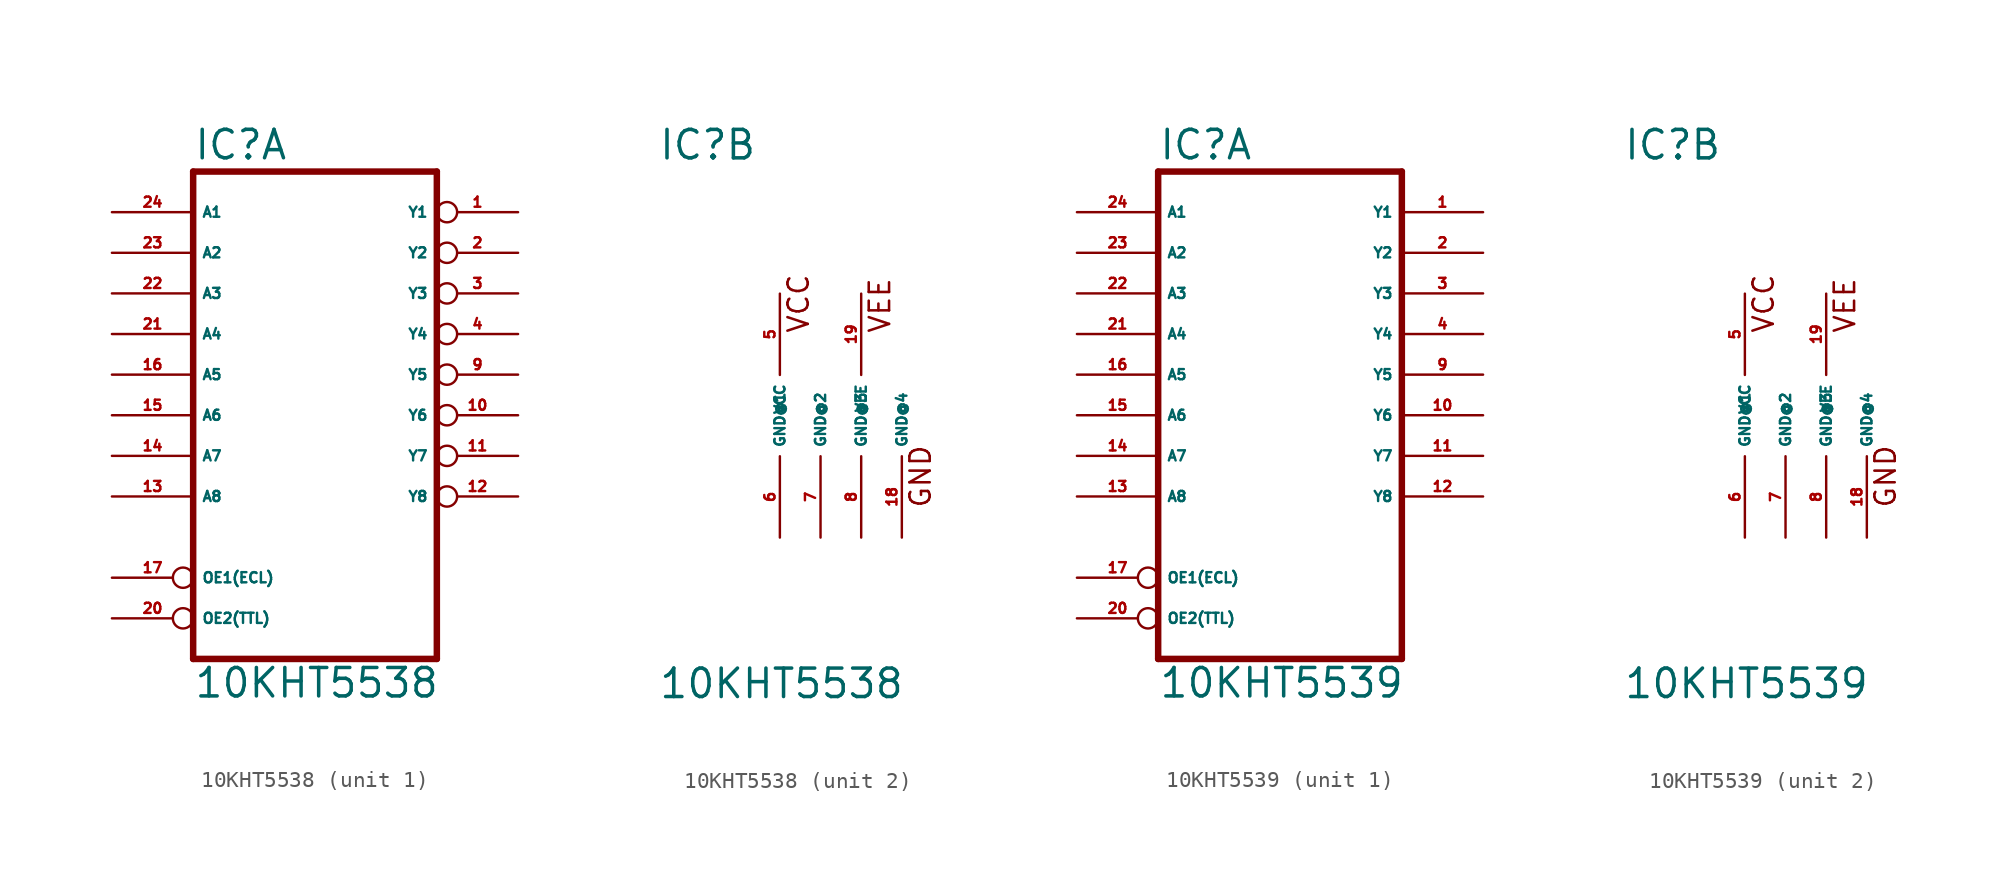
<source format=kicad_sym>
(kicad_symbol_lib
  (version 20220914)
  (generator Eagle2Kicad)
  (symbol "10KHT5538"
    (property "Reference" "IC"
      (at -10.16 15.875 0)
      (effects (font (size 1.778 1.778) (thickness 0.22)) (justify left bottom)))
    (property "Value" "10KHT5538"
      (at -10.16 -17.78 0)
      (effects (font (size 1.778 1.778) (thickness 0.22)) (justify left bottom)))
    (symbol "10KHT5538_1_0"
      (polyline (pts (xy -10.16 -15.24) (xy 5.08 -15.24)) (stroke (width 0.406) (type default)) (fill (type none)))
      (polyline (pts (xy -10.16 15.24) (xy 5.08 15.24)) (stroke (width 0.406) (type default)) (fill (type none)))
      (polyline (pts (xy 5.08 15.24) (xy 5.08 -15.24)) (stroke (width 0.406) (type default)) (fill (type none)))
      (polyline (pts (xy -10.16 15.24) (xy -10.16 -15.24)) (stroke (width 0.406) (type default)) (fill (type none)))
      (pin input inverted (at -15.24 -10.16 0) (length 5.08) (name "OE1(ECL)" (effects (font (size 0.635 0.635) (thickness 0.08)) (justify left bottom))) (number "17" (effects (font (size 0.635 0.635) (thickness 0.08)) (justify left bottom))))
      (pin input inverted (at -15.24 -12.7 0) (length 5.08) (name "OE2(TTL)" (effects (font (size 0.635 0.635) (thickness 0.08)) (justify left bottom))) (number "20" (effects (font (size 0.635 0.635) (thickness 0.08)) (justify left bottom))))
      (pin input line (at -15.24 12.7 0) (length 5.08) (name "A1" (effects (font (size 0.635 0.635) (thickness 0.08)) (justify left bottom))) (number "24" (effects (font (size 0.635 0.635) (thickness 0.08)) (justify left bottom))))
      (pin input line (at -15.24 10.16 0) (length 5.08) (name "A2" (effects (font (size 0.635 0.635) (thickness 0.08)) (justify left bottom))) (number "23" (effects (font (size 0.635 0.635) (thickness 0.08)) (justify left bottom))))
      (pin input line (at -15.24 7.62 0) (length 5.08) (name "A3" (effects (font (size 0.635 0.635) (thickness 0.08)) (justify left bottom))) (number "22" (effects (font (size 0.635 0.635) (thickness 0.08)) (justify left bottom))))
      (pin input line (at -15.24 5.08 0) (length 5.08) (name "A4" (effects (font (size 0.635 0.635) (thickness 0.08)) (justify left bottom))) (number "21" (effects (font (size 0.635 0.635) (thickness 0.08)) (justify left bottom))))
      (pin input line (at -15.24 2.54 0) (length 5.08) (name "A5" (effects (font (size 0.635 0.635) (thickness 0.08)) (justify left bottom))) (number "16" (effects (font (size 0.635 0.635) (thickness 0.08)) (justify left bottom))))
      (pin input line (at -15.24 0 0) (length 5.08) (name "A6" (effects (font (size 0.635 0.635) (thickness 0.08)) (justify left bottom))) (number "15" (effects (font (size 0.635 0.635) (thickness 0.08)) (justify left bottom))))
      (pin input line (at -15.24 -2.54 0) (length 5.08) (name "A7" (effects (font (size 0.635 0.635) (thickness 0.08)) (justify left bottom))) (number "14" (effects (font (size 0.635 0.635) (thickness 0.08)) (justify left bottom))))
      (pin input line (at -15.24 -5.08 0) (length 5.08) (name "A8" (effects (font (size 0.635 0.635) (thickness 0.08)) (justify left bottom))) (number "13" (effects (font (size 0.635 0.635) (thickness 0.08)) (justify left bottom))))
      (pin open_collector inverted (at 10.16 12.7 180) (length 5.08) (name "Y1" (effects (font (size 0.635 0.635) (thickness 0.08)) (justify left bottom))) (number "1" (effects (font (size 0.635 0.635) (thickness 0.08)) (justify left bottom))))
      (pin open_collector inverted (at 10.16 10.16 180) (length 5.08) (name "Y2" (effects (font (size 0.635 0.635) (thickness 0.08)) (justify left bottom))) (number "2" (effects (font (size 0.635 0.635) (thickness 0.08)) (justify left bottom))))
      (pin open_collector inverted (at 10.16 7.62 180) (length 5.08) (name "Y3" (effects (font (size 0.635 0.635) (thickness 0.08)) (justify left bottom))) (number "3" (effects (font (size 0.635 0.635) (thickness 0.08)) (justify left bottom))))
      (pin open_collector inverted (at 10.16 5.08 180) (length 5.08) (name "Y4" (effects (font (size 0.635 0.635) (thickness 0.08)) (justify left bottom))) (number "4" (effects (font (size 0.635 0.635) (thickness 0.08)) (justify left bottom))))
      (pin open_collector inverted (at 10.16 2.54 180) (length 5.08) (name "Y5" (effects (font (size 0.635 0.635) (thickness 0.08)) (justify left bottom))) (number "9" (effects (font (size 0.635 0.635) (thickness 0.08)) (justify left bottom))))
      (pin open_collector inverted (at 10.16 0 180) (length 5.08) (name "Y6" (effects (font (size 0.635 0.635) (thickness 0.08)) (justify left bottom))) (number "10" (effects (font (size 0.635 0.635) (thickness 0.08)) (justify left bottom))))
      (pin open_collector inverted (at 10.16 -2.54 180) (length 5.08) (name "Y7" (effects (font (size 0.635 0.635) (thickness 0.08)) (justify left bottom))) (number "11" (effects (font (size 0.635 0.635) (thickness 0.08)) (justify left bottom))))
      (pin open_collector inverted (at 10.16 -5.08 180) (length 5.08) (name "Y8" (effects (font (size 0.635 0.635) (thickness 0.08)) (justify left bottom))) (number "12" (effects (font (size 0.635 0.635) (thickness 0.08)) (justify left bottom)))))
    (symbol "10KHT5538_2_0"
      (text "VCC" (at -0.635 5.08 900) (effects (font (size 1.27 1.27) (thickness 0.16)) (justify left bottom)))
      (text "GND" (at 6.985 -5.842 900) (effects (font (size 1.27 1.27) (thickness 0.16)) (justify left bottom)))
      (text "VEE" (at 4.445 5.08 900) (effects (font (size 1.27 1.27) (thickness 0.16)) (justify left bottom)))
      (pin unspecified line (at -2.54 -7.62 90) (length 5.08) (name "GND@1" (effects (font (size 0.635 0.635) (thickness 0.08)) (justify left bottom))) (number "6" (effects (font (size 0.635 0.635) (thickness 0.08)) (justify left bottom))))
      (pin unspecified line (at 0 -7.62 90) (length 5.08) (name "GND@2" (effects (font (size 0.635 0.635) (thickness 0.08)) (justify left bottom))) (number "7" (effects (font (size 0.635 0.635) (thickness 0.08)) (justify left bottom))))
      (pin unspecified line (at 2.54 -7.62 90) (length 5.08) (name "GND@3" (effects (font (size 0.635 0.635) (thickness 0.08)) (justify left bottom))) (number "8" (effects (font (size 0.635 0.635) (thickness 0.08)) (justify left bottom))))
      (pin unspecified line (at 5.08 -7.62 90) (length 5.08) (name "GND@4" (effects (font (size 0.635 0.635) (thickness 0.08)) (justify left bottom))) (number "18" (effects (font (size 0.635 0.635) (thickness 0.08)) (justify left bottom))))
      (pin unspecified line (at -2.54 7.62 270) (length 5.08) (name "VCC" (effects (font (size 0.635 0.635) (thickness 0.08)) (justify left bottom))) (number "5" (effects (font (size 0.635 0.635) (thickness 0.08)) (justify left bottom))))
      (pin unspecified line (at 2.54 7.62 270) (length 5.08) (name "VEE" (effects (font (size 0.635 0.635) (thickness 0.08)) (justify left bottom))) (number "19" (effects (font (size 0.635 0.635) (thickness 0.08)) (justify left bottom))))))
  (symbol "10KHT5539"
    (property "Reference" "IC"
      (at -10.16 15.875 0)
      (effects (font (size 1.778 1.778) (thickness 0.22)) (justify left bottom)))
    (property "Value" "10KHT5539"
      (at -10.16 -17.78 0)
      (effects (font (size 1.778 1.778) (thickness 0.22)) (justify left bottom)))
    (symbol "10KHT5539_1_0"
      (polyline (pts (xy -10.16 -15.24) (xy 5.08 -15.24)) (stroke (width 0.406) (type default)) (fill (type none)))
      (polyline (pts (xy -10.16 15.24) (xy 5.08 15.24)) (stroke (width 0.406) (type default)) (fill (type none)))
      (polyline (pts (xy 5.08 15.24) (xy 5.08 -15.24)) (stroke (width 0.406) (type default)) (fill (type none)))
      (polyline (pts (xy -10.16 15.24) (xy -10.16 -15.24)) (stroke (width 0.406) (type default)) (fill (type none)))
      (pin input inverted (at -15.24 -10.16 0) (length 5.08) (name "OE1(ECL)" (effects (font (size 0.635 0.635) (thickness 0.08)) (justify left bottom))) (number "17" (effects (font (size 0.635 0.635) (thickness 0.08)) (justify left bottom))))
      (pin input inverted (at -15.24 -12.7 0) (length 5.08) (name "OE2(TTL)" (effects (font (size 0.635 0.635) (thickness 0.08)) (justify left bottom))) (number "20" (effects (font (size 0.635 0.635) (thickness 0.08)) (justify left bottom))))
      (pin input line (at -15.24 12.7 0) (length 5.08) (name "A1" (effects (font (size 0.635 0.635) (thickness 0.08)) (justify left bottom))) (number "24" (effects (font (size 0.635 0.635) (thickness 0.08)) (justify left bottom))))
      (pin input line (at -15.24 10.16 0) (length 5.08) (name "A2" (effects (font (size 0.635 0.635) (thickness 0.08)) (justify left bottom))) (number "23" (effects (font (size 0.635 0.635) (thickness 0.08)) (justify left bottom))))
      (pin input line (at -15.24 7.62 0) (length 5.08) (name "A3" (effects (font (size 0.635 0.635) (thickness 0.08)) (justify left bottom))) (number "22" (effects (font (size 0.635 0.635) (thickness 0.08)) (justify left bottom))))
      (pin input line (at -15.24 5.08 0) (length 5.08) (name "A4" (effects (font (size 0.635 0.635) (thickness 0.08)) (justify left bottom))) (number "21" (effects (font (size 0.635 0.635) (thickness 0.08)) (justify left bottom))))
      (pin input line (at -15.24 2.54 0) (length 5.08) (name "A5" (effects (font (size 0.635 0.635) (thickness 0.08)) (justify left bottom))) (number "16" (effects (font (size 0.635 0.635) (thickness 0.08)) (justify left bottom))))
      (pin input line (at -15.24 0 0) (length 5.08) (name "A6" (effects (font (size 0.635 0.635) (thickness 0.08)) (justify left bottom))) (number "15" (effects (font (size 0.635 0.635) (thickness 0.08)) (justify left bottom))))
      (pin input line (at -15.24 -2.54 0) (length 5.08) (name "A7" (effects (font (size 0.635 0.635) (thickness 0.08)) (justify left bottom))) (number "14" (effects (font (size 0.635 0.635) (thickness 0.08)) (justify left bottom))))
      (pin input line (at -15.24 -5.08 0) (length 5.08) (name "A8" (effects (font (size 0.635 0.635) (thickness 0.08)) (justify left bottom))) (number "13" (effects (font (size 0.635 0.635) (thickness 0.08)) (justify left bottom))))
      (pin open_collector line (at 10.16 12.7 180) (length 5.08) (name "Y1" (effects (font (size 0.635 0.635) (thickness 0.08)) (justify left bottom))) (number "1" (effects (font (size 0.635 0.635) (thickness 0.08)) (justify left bottom))))
      (pin open_collector line (at 10.16 10.16 180) (length 5.08) (name "Y2" (effects (font (size 0.635 0.635) (thickness 0.08)) (justify left bottom))) (number "2" (effects (font (size 0.635 0.635) (thickness 0.08)) (justify left bottom))))
      (pin open_collector line (at 10.16 7.62 180) (length 5.08) (name "Y3" (effects (font (size 0.635 0.635) (thickness 0.08)) (justify left bottom))) (number "3" (effects (font (size 0.635 0.635) (thickness 0.08)) (justify left bottom))))
      (pin open_collector line (at 10.16 5.08 180) (length 5.08) (name "Y4" (effects (font (size 0.635 0.635) (thickness 0.08)) (justify left bottom))) (number "4" (effects (font (size 0.635 0.635) (thickness 0.08)) (justify left bottom))))
      (pin open_collector line (at 10.16 2.54 180) (length 5.08) (name "Y5" (effects (font (size 0.635 0.635) (thickness 0.08)) (justify left bottom))) (number "9" (effects (font (size 0.635 0.635) (thickness 0.08)) (justify left bottom))))
      (pin open_collector line (at 10.16 0 180) (length 5.08) (name "Y6" (effects (font (size 0.635 0.635) (thickness 0.08)) (justify left bottom))) (number "10" (effects (font (size 0.635 0.635) (thickness 0.08)) (justify left bottom))))
      (pin open_collector line (at 10.16 -2.54 180) (length 5.08) (name "Y7" (effects (font (size 0.635 0.635) (thickness 0.08)) (justify left bottom))) (number "11" (effects (font (size 0.635 0.635) (thickness 0.08)) (justify left bottom))))
      (pin open_collector line (at 10.16 -5.08 180) (length 5.08) (name "Y8" (effects (font (size 0.635 0.635) (thickness 0.08)) (justify left bottom))) (number "12" (effects (font (size 0.635 0.635) (thickness 0.08)) (justify left bottom)))))
    (symbol "10KHT5539_2_0"
      (text "VCC" (at -0.635 5.08 900) (effects (font (size 1.27 1.27) (thickness 0.16)) (justify left bottom)))
      (text "GND" (at 6.985 -5.842 900) (effects (font (size 1.27 1.27) (thickness 0.16)) (justify left bottom)))
      (text "VEE" (at 4.445 5.08 900) (effects (font (size 1.27 1.27) (thickness 0.16)) (justify left bottom)))
      (pin unspecified line (at -2.54 -7.62 90) (length 5.08) (name "GND@1" (effects (font (size 0.635 0.635) (thickness 0.08)) (justify left bottom))) (number "6" (effects (font (size 0.635 0.635) (thickness 0.08)) (justify left bottom))))
      (pin unspecified line (at 0 -7.62 90) (length 5.08) (name "GND@2" (effects (font (size 0.635 0.635) (thickness 0.08)) (justify left bottom))) (number "7" (effects (font (size 0.635 0.635) (thickness 0.08)) (justify left bottom))))
      (pin unspecified line (at 2.54 -7.62 90) (length 5.08) (name "GND@3" (effects (font (size 0.635 0.635) (thickness 0.08)) (justify left bottom))) (number "8" (effects (font (size 0.635 0.635) (thickness 0.08)) (justify left bottom))))
      (pin unspecified line (at 5.08 -7.62 90) (length 5.08) (name "GND@4" (effects (font (size 0.635 0.635) (thickness 0.08)) (justify left bottom))) (number "18" (effects (font (size 0.635 0.635) (thickness 0.08)) (justify left bottom))))
      (pin unspecified line (at -2.54 7.62 270) (length 5.08) (name "VCC" (effects (font (size 0.635 0.635) (thickness 0.08)) (justify left bottom))) (number "5" (effects (font (size 0.635 0.635) (thickness 0.08)) (justify left bottom))))
      (pin unspecified line (at 2.54 7.62 270) (length 5.08) (name "VEE" (effects (font (size 0.635 0.635) (thickness 0.08)) (justify left bottom))) (number "19" (effects (font (size 0.635 0.635) (thickness 0.08)) (justify left bottom)))))))
</source>
